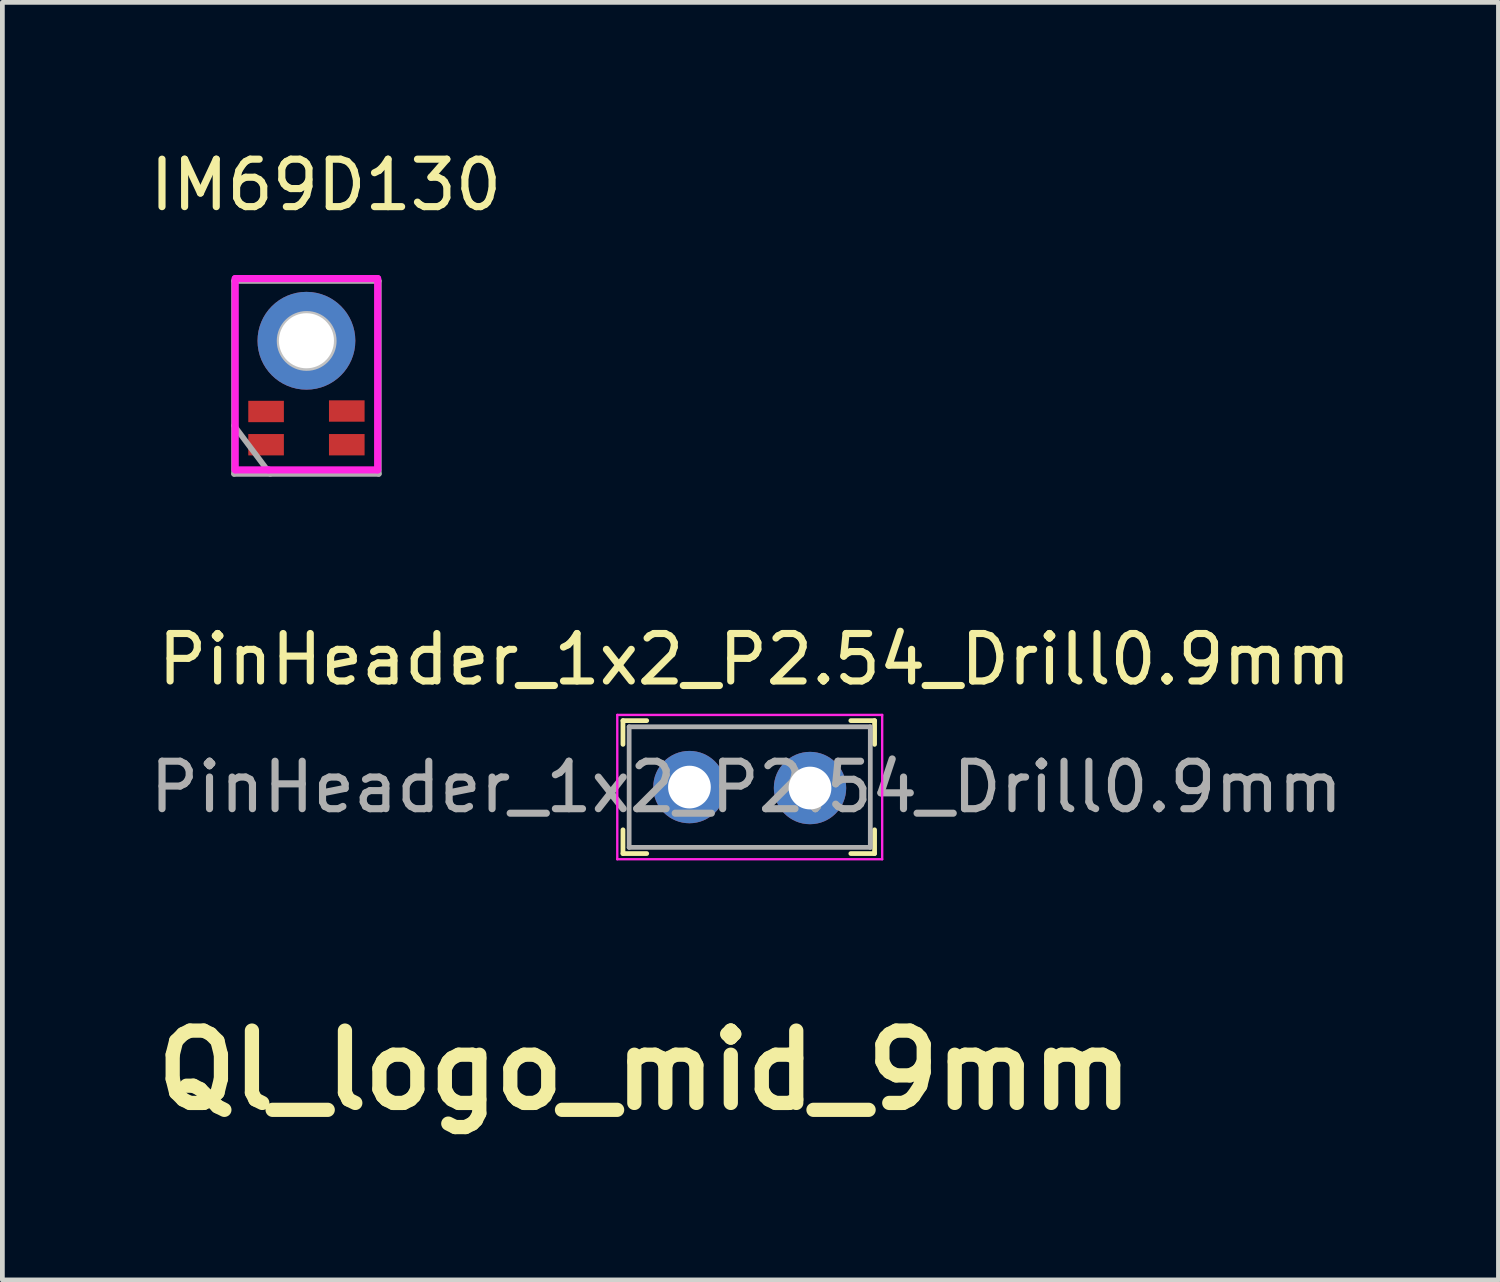
<source format=kicad_pcb>
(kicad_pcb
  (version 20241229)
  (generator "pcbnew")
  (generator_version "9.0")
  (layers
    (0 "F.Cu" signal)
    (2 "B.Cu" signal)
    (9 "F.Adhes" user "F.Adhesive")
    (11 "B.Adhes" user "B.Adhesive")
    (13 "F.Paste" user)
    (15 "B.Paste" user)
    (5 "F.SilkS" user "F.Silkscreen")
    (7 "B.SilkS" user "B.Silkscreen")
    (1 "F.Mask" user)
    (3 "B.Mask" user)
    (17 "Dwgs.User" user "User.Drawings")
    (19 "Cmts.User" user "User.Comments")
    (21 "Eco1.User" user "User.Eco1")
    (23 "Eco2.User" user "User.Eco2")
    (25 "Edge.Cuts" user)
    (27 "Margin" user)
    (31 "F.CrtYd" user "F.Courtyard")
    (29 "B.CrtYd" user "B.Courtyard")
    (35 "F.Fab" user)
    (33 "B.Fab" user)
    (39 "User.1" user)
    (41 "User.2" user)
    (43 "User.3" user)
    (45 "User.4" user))
  (footprint "IM69D130"
    (layer "F.Cu")
    (at 3.405 4.138)
    (property "Reference" "IM69D130" (at 0.41 -3.29 0) (layer "F.SilkS") (effects (font (size 1 1) (thickness 0.15))))
    (attr through_hole)
    (fp_circle (center 0.005 -0.006) (end 0.005 -0.586) (stroke (width 0.1) (type solid)) (fill no) (layer "Dwgs.User"))
    (fp_circle (center 0.005 -0.006) (end 0.005 -0.406) (stroke (width 0.1) (type solid)) (fill no) (layer "Dwgs.User"))
    (fp_line (start -1.5 -1.32) (end 0.01 -1.32) (stroke (width 0.15) (type solid)) (layer "F.CrtYd"))
    (fp_line (start -1.5 2.71) (end -1.5 -1.32) (stroke (width 0.15) (type solid)) (layer "F.CrtYd"))
    (fp_line (start -0.8 2.71) (end -1.5 2.71) (stroke (width 0.15) (type solid)) (layer "F.CrtYd"))
    (fp_line (start -0.8 2.71) (end 1.5 2.71) (stroke (width 0.15) (type solid)) (layer "F.CrtYd"))
    (fp_line (start 0 -1.32) (end 1.5 -1.32) (stroke (width 0.15) (type solid)) (layer "F.CrtYd"))
    (fp_line (start 1.5 -1.32) (end 1.5 2.71) (stroke (width 0.15) (type solid)) (layer "F.CrtYd"))
    (fp_line (start -1.524 -1.27) (end 1.524 -1.27) (stroke (width 0.12) (type solid)) (layer "F.Fab"))
    (fp_line (start -1.524 2.794) (end -1.524 -1.27) (stroke (width 0.12) (type solid)) (layer "F.Fab"))
    (fp_line (start -0.762 2.794) (end -1.524 1.778) (stroke (width 0.12) (type solid)) (layer "F.Fab"))
    (fp_line (start 1.524 -1.27) (end 1.524 2.794) (stroke (width 0.12) (type solid)) (layer "F.Fab"))
    (fp_line (start 1.524 2.794) (end -1.524 2.794) (stroke (width 0.12) (type solid)) (layer "F.Fab"))
    (pad "1" smd rect (at -0.85 2.18 90) (size 0.45 0.75) (layers "F.Cu" "F.Mask" "F.Paste"))
    (pad "2" smd rect (at -0.85 1.48 90) (size 0.45 0.75) (layers "F.Cu" "F.Mask" "F.Paste"))
    (pad "3" smd rect (at 0.85 2.18 90) (size 0.45 0.75) (layers "F.Cu" "F.Mask" "F.Paste"))
    (pad "4" smd rect (at 0.85 1.47 90) (size 0.45 0.75) (layers "F.Cu" "F.Mask" "F.Paste"))
    (pad "5" thru_hole circle (at 0 -0.01 90) (size 2.06 2.06) (drill 1.16) (layers "*.Mask" "F.Cu")))
  (footprint "Ql_logo_mid_9mm"
    (layer "F.Cu")
    (at 10.53 19.494)
    (property "Reference" "Ql_logo_mid_9mm" (at 0 0 0) (layer "F.SilkS") (effects (font (size 1.524 1.524) (thickness 0.3))))
    (attr through_hole)
    (fp_poly (pts (xy -0.572 -0.085) (xy -0.699 -0.085) (xy -0.699 -0.572) (xy -0.572 -0.572) (xy -0.572 -0.085)) (stroke (width 0.01) (type solid)) (fill yes) (layer "In1.Cu"))
    (fp_poly (pts (xy 3.111 -0.085) (xy 2.963 -0.085) (xy 2.963 -0.572) (xy 3.111 -0.572) (xy 3.111 -0.085)) (stroke (width 0.01) (type solid)) (fill yes) (layer "In1.Cu"))
    (fp_poly (pts (xy -0.585 -0.733) (xy -0.553 -0.704) (xy -0.552 -0.701) (xy -0.545 -0.655) (xy -0.568 -0.618) (xy -0.61 -0.597) (xy -0.658 -0.597) (xy -0.698 -0.623) (xy -0.719 -0.672) (xy -0.702 -0.713) (xy -0.652 -0.735) (xy -0.642 -0.737) (xy -0.585 -0.733)) (stroke (width 0.01) (type solid)) (fill yes) (layer "In1.Cu"))
    (fp_poly (pts (xy 3.103 -0.723) (xy 3.127 -0.699) (xy 3.129 -0.692) (xy 3.12 -0.64) (xy 3.084 -0.602) (xy 3.048 -0.593) (xy 3.003 -0.608) (xy 2.985 -0.623) (xy 2.963 -0.672) (xy 2.978 -0.71) (xy 3.027 -0.729) (xy 3.048 -0.73) (xy 3.103 -0.723)) (stroke (width 0.01) (type solid)) (fill yes) (layer "In1.Cu"))
    (fp_poly (pts (xy 0.953 -0.233) (xy 1.439 -0.233) (xy 1.439 -0.085) (xy 1.212 -0.087) (xy 1.11 -0.089) (xy 1.017 -0.095) (xy 0.946 -0.102) (xy 0.916 -0.108) (xy 0.862 -0.132) (xy 0.824 -0.172) (xy 0.801 -0.233) (xy 0.789 -0.322) (xy 0.787 -0.445) (xy 0.788 -0.482) (xy 0.794 -0.709) (xy 0.873 -0.716) (xy 0.953 -0.722) (xy 0.953 -0.233)) (stroke (width 0.01) (type solid)) (fill yes) (layer "In1.Cu"))
    (fp_poly (pts (xy 0.191 -0.445) (xy -0.339 -0.445) (xy -0.339 -0.233) (xy 0.191 -0.233) (xy 0.191 -0.085) (xy -0.069 -0.088) (xy -0.173 -0.089) (xy -0.266 -0.092) (xy -0.336 -0.096) (xy -0.373 -0.099) (xy -0.427 -0.119) (xy -0.462 -0.158) (xy -0.479 -0.223) (xy -0.483 -0.32) (xy -0.482 -0.352) (xy -0.476 -0.519) (xy -0.402 -0.556) (xy -0.359 -0.572) (xy -0.302 -0.584) (xy -0.225 -0.59) (xy -0.117 -0.592) (xy -0.069 -0.593) (xy 0.191 -0.593) (xy 0.191 -0.445)) (stroke (width 0.01) (type solid)) (fill yes) (layer "In1.Cu"))
    (fp_poly (pts (xy 3.873 -0.445) (xy 3.323 -0.445) (xy 3.323 -0.233) (xy 3.873 -0.233) (xy 3.873 -0.085) (xy 3.614 -0.088) (xy 3.509 -0.089) (xy 3.417 -0.092) (xy 3.346 -0.096) (xy 3.308 -0.1) (xy 3.243 -0.132) (xy 3.198 -0.199) (xy 3.177 -0.297) (xy 3.175 -0.34) (xy 3.179 -0.42) (xy 3.194 -0.475) (xy 3.224 -0.521) (xy 3.226 -0.523) (xy 3.247 -0.546) (xy 3.269 -0.563) (xy 3.299 -0.574) (xy 3.345 -0.58) (xy 3.415 -0.585) (xy 3.515 -0.588) (xy 3.575 -0.589) (xy 3.873 -0.596) (xy 3.873 -0.445)) (stroke (width 0.01) (type solid)) (fill yes) (layer "In1.Cu"))
    (fp_poly (pts (xy -1.312 -0.233) (xy -0.931 -0.233) (xy -0.931 -0.593) (xy -0.783 -0.593) (xy -0.783 -0.381) (xy -0.784 -0.285) (xy -0.787 -0.222) (xy -0.794 -0.182) (xy -0.808 -0.158) (xy -0.831 -0.139) (xy -0.84 -0.133) (xy -0.885 -0.112) (xy -0.95 -0.099) (xy -1.045 -0.093) (xy -1.089 -0.091) (xy -1.18 -0.091) (xy -1.258 -0.093) (xy -1.311 -0.097) (xy -1.323 -0.099) (xy -1.369 -0.121) (xy -1.413 -0.154) (xy -1.436 -0.179) (xy -1.45 -0.21) (xy -1.457 -0.256) (xy -1.46 -0.328) (xy -1.46 -0.395) (xy -1.46 -0.593) (xy -1.312 -0.593) (xy -1.312 -0.233)) (stroke (width 0.01) (type solid)) (fill yes) (layer "In1.Cu"))
    (fp_poly (pts (xy 0.402 -0.436) (xy 0.493 -0.525) (xy 0.553 -0.578) (xy 0.602 -0.605) (xy 0.654 -0.614) (xy 0.662 -0.614) (xy 0.713 -0.609) (xy 0.74 -0.598) (xy 0.741 -0.594) (xy 0.726 -0.572) (xy 0.687 -0.53) (xy 0.631 -0.477) (xy 0.62 -0.467) (xy 0.499 -0.359) (xy 0.62 -0.237) (xy 0.676 -0.179) (xy 0.718 -0.131) (xy 0.74 -0.103) (xy 0.741 -0.1) (xy 0.722 -0.091) (xy 0.674 -0.085) (xy 0.647 -0.085) (xy 0.589 -0.088) (xy 0.548 -0.105) (xy 0.506 -0.143) (xy 0.478 -0.175) (xy 0.403 -0.265) (xy 0.403 -0.175) (xy 0.4 -0.118) (xy 0.388 -0.092) (xy 0.356 -0.085) (xy 0.328 -0.085) (xy 0.254 -0.085) (xy 0.254 -0.72) (xy 0.402 -0.72) (xy 0.402 -0.436)) (stroke (width 0.01) (type solid)) (fill yes) (layer "In1.Cu"))
    (fp_poly (pts (xy 2.017 -0.581) (xy 2.088 -0.553) (xy 2.131 -0.505) (xy 2.153 -0.433) (xy 2.159 -0.348) (xy 2.155 -0.249) (xy 2.14 -0.183) (xy 2.111 -0.14) (xy 2.063 -0.113) (xy 2.05 -0.108) (xy 1.981 -0.094) (xy 1.887 -0.087) (xy 1.787 -0.088) (xy 1.695 -0.096) (xy 1.626 -0.111) (xy 1.619 -0.114) (xy 1.56 -0.146) (xy 1.525 -0.185) (xy 1.511 -0.233) (xy 1.649 -0.233) (xy 2.011 -0.233) (xy 2.011 -0.446) (xy 1.836 -0.44) (xy 1.662 -0.434) (xy 1.655 -0.333) (xy 1.649 -0.233) (xy 1.511 -0.233) (xy 1.508 -0.242) (xy 1.506 -0.328) (xy 1.507 -0.35) (xy 1.512 -0.429) (xy 1.523 -0.478) (xy 1.542 -0.511) (xy 1.572 -0.537) (xy 1.628 -0.566) (xy 1.708 -0.583) (xy 1.779 -0.589) (xy 1.916 -0.592) (xy 2.017 -0.581)) (stroke (width 0.01) (type solid)) (fill yes) (layer "In1.Cu"))
    (fp_poly (pts (xy -1.775 -0.707) (xy -1.702 -0.703) (xy -1.653 -0.694) (xy -1.617 -0.68) (xy -1.593 -0.664) (xy -1.566 -0.641) (xy -1.549 -0.617) (xy -1.538 -0.58) (xy -1.533 -0.521) (xy -1.529 -0.432) (xy -1.528 -0.413) (xy -1.527 -0.31) (xy -1.53 -0.24) (xy -1.54 -0.197) (xy -1.555 -0.17) (xy -1.574 -0.143) (xy -1.566 -0.118) (xy -1.535 -0.085) (xy -1.493 -0.04) (xy -1.488 -0.014) (xy -1.521 -0.002) (xy -1.574 0) (xy -1.654 -0.01) (xy -1.702 -0.04) (xy -1.729 -0.06) (xy -1.771 -0.074) (xy -1.839 -0.083) (xy -1.932 -0.089) (xy -2.064 -0.1) (xy -2.158 -0.119) (xy -2.222 -0.153) (xy -2.261 -0.206) (xy -2.267 -0.231) (xy -2.118 -0.231) (xy -1.901 -0.237) (xy -1.683 -0.243) (xy -1.677 -0.396) (xy -1.675 -0.471) (xy -1.68 -0.521) (xy -1.701 -0.552) (xy -1.742 -0.567) (xy -1.812 -0.571) (xy -1.915 -0.568) (xy -1.937 -0.567) (xy -2.106 -0.561) (xy -2.118 -0.231) (xy -2.267 -0.231) (xy -2.28 -0.283) (xy -2.286 -0.39) (xy -2.286 -0.402) (xy -2.282 -0.509) (xy -2.265 -0.588) (xy -2.23 -0.643) (xy -2.172 -0.678) (xy -2.086 -0.698) (xy -1.967 -0.707) (xy -1.879 -0.708) (xy -1.775 -0.707)) (stroke (width 0.01) (type solid)) (fill yes) (layer "In1.Cu"))
    (fp_poly (pts (xy 2.628 -0.587) (xy 2.739 -0.573) (xy 2.813 -0.547) (xy 2.833 -0.535) (xy 2.858 -0.515) (xy 2.874 -0.491) (xy 2.884 -0.457) (xy 2.89 -0.402) (xy 2.894 -0.318) (xy 2.895 -0.259) (xy 2.897 -0.156) (xy 2.896 -0.085) (xy 2.891 -0.038) (xy 2.879 -0.005) (xy 2.86 0.023) (xy 2.85 0.034) (xy 2.816 0.067) (xy 2.777 0.086) (xy 2.718 0.097) (xy 2.659 0.102) (xy 2.519 0.111) (xy 2.519 0.046) (xy 2.521 0.008) (xy 2.535 -0.012) (xy 2.572 -0.021) (xy 2.628 -0.025) (xy 2.696 -0.034) (xy 2.738 -0.049) (xy 2.746 -0.058) (xy 2.739 -0.073) (xy 2.7 -0.082) (xy 2.625 -0.085) (xy 2.615 -0.085) (xy 2.482 -0.092) (xy 2.373 -0.112) (xy 2.293 -0.143) (xy 2.254 -0.177) (xy 2.234 -0.229) (xy 2.224 -0.304) (xy 2.371 -0.304) (xy 2.38 -0.266) (xy 2.408 -0.245) (xy 2.463 -0.235) (xy 2.551 -0.233) (xy 2.572 -0.233) (xy 2.754 -0.233) (xy 2.748 -0.333) (xy 2.741 -0.434) (xy 2.381 -0.434) (xy 2.374 -0.363) (xy 2.371 -0.304) (xy 2.224 -0.304) (xy 2.224 -0.308) (xy 2.223 -0.344) (xy 2.233 -0.441) (xy 2.266 -0.511) (xy 2.326 -0.559) (xy 2.415 -0.585) (xy 2.539 -0.592) (xy 2.628 -0.587)) (stroke (width 0.01) (type solid)) (fill yes) (layer "In1.Cu"))
    (fp_poly (pts (xy -2.456 -0.66) (xy -2.455 -0.659) (xy -2.475 -0.649) (xy -2.527 -0.637) (xy -2.603 -0.624) (xy -2.651 -0.617) (xy -2.883 -0.582) (xy -3.09 -0.542) (xy -3.271 -0.498) (xy -3.423 -0.45) (xy -3.543 -0.401) (xy -3.627 -0.35) (xy -3.674 -0.299) (xy -3.683 -0.265) (xy -3.681 -0.236) (xy -3.667 -0.226) (xy -3.631 -0.232) (xy -3.589 -0.244) (xy -3.524 -0.261) (xy -3.434 -0.279) (xy -3.324 -0.299) (xy -3.201 -0.32) (xy -3.071 -0.34) (xy -2.94 -0.359) (xy -2.814 -0.376) (xy -2.698 -0.391) (xy -2.6 -0.401) (xy -2.526 -0.407) (xy -2.48 -0.407) (xy -2.471 -0.401) (xy -2.471 -0.401) (xy -2.498 -0.392) (xy -2.556 -0.38) (xy -2.637 -0.367) (xy -2.686 -0.36) (xy -2.818 -0.34) (xy -2.956 -0.315) (xy -3.093 -0.286) (xy -3.223 -0.255) (xy -3.34 -0.224) (xy -3.439 -0.194) (xy -3.514 -0.166) (xy -3.558 -0.143) (xy -3.566 -0.127) (xy -3.542 -0.11) (xy -3.491 -0.088) (xy -3.46 -0.077) (xy -3.421 -0.065) (xy -3.383 -0.058) (xy -3.338 -0.056) (xy -3.278 -0.06) (xy -3.196 -0.07) (xy -3.083 -0.085) (xy -3.021 -0.094) (xy -2.85 -0.119) (xy -2.717 -0.137) (xy -2.617 -0.151) (xy -2.545 -0.159) (xy -2.498 -0.162) (xy -2.47 -0.161) (xy -2.457 -0.157) (xy -2.455 -0.152) (xy -2.475 -0.14) (xy -2.525 -0.128) (xy -2.588 -0.119) (xy -2.68 -0.108) (xy -2.782 -0.093) (xy -2.887 -0.075) (xy -2.987 -0.056) (xy -3.075 -0.037) (xy -3.144 -0.02) (xy -3.185 -0.007) (xy -3.192 0.002) (xy -3.152 0.015) (xy -3.076 0.031) (xy -2.972 0.05) (xy -2.846 0.071) (xy -2.704 0.092) (xy -2.553 0.113) (xy -2.399 0.132) (xy -2.253 0.148) (xy -2.088 0.163) (xy -1.89 0.178) (xy -1.667 0.193) (xy -1.427 0.206) (xy -1.179 0.218) (xy -0.931 0.228) (xy -0.692 0.236) (xy -0.54 0.24) (xy -0.496 0.241) (xy -0.493 0.243) (xy -0.526 0.244) (xy -0.593 0.246) (xy -0.692 0.247) (xy -0.82 0.249) (xy -0.901 0.249) (xy -1.424 0.247) (xy -1.918 0.23) (xy -2.379 0.2) (xy -2.806 0.157) (xy -3.175 0.104) (xy -3.288 0.086) (xy -3.367 0.075) (xy -3.423 0.072) (xy -3.464 0.075) (xy -3.498 0.084) (xy -3.515 0.091) (xy -3.588 0.122) (xy -3.503 0.159) (xy -3.354 0.213) (xy -3.165 0.263) (xy -2.939 0.309) (xy -2.676 0.35) (xy -2.379 0.387) (xy -2.051 0.419) (xy -1.693 0.447) (xy -1.307 0.468) (xy -0.896 0.485) (xy -0.55 0.494) (xy -0.505 0.495) (xy -0.498 0.497) (xy -0.53 0.498) (xy -0.595 0.5) (xy -0.692 0.501) (xy -0.819 0.503) (xy -0.903 0.503) (xy -1.339 0.501) (xy -1.763 0.489) (xy -2.171 0.467) (xy -2.556 0.436) (xy -2.913 0.395) (xy -3.236 0.346) (xy -3.387 0.318) (xy -3.491 0.297) (xy -3.58 0.282) (xy -3.646 0.272) (xy -3.68 0.269) (xy -3.683 0.27) (xy -3.675 0.288) (xy -3.643 0.321) (xy -3.625 0.337) (xy -3.534 0.394) (xy -3.403 0.448) (xy -3.233 0.498) (xy -3.026 0.544) (xy -2.785 0.587) (xy -2.509 0.625) (xy -2.203 0.659) (xy -1.866 0.688) (xy -1.502 0.712) (xy -1.112 0.731) (xy -0.697 0.744) (xy -0.55 0.748) (xy -0.508 0.749) (xy -0.505 0.75) (xy -0.539 0.751) (xy -0.607 0.752) (xy -0.707 0.753) (xy -0.835 0.753) (xy -0.974 0.754) (xy -1.146 0.754) (xy -1.308 0.753) (xy -1.456 0.753) (xy -1.583 0.752) (xy -1.682 0.75) (xy -1.748 0.749) (xy -1.767 0.748) (xy -2.171 0.721) (xy -2.534 0.69) (xy -2.857 0.655) (xy -3.14 0.617) (xy -3.386 0.574) (xy -3.594 0.527) (xy -3.767 0.475) (xy -3.805 0.462) (xy -3.915 0.411) (xy -3.992 0.354) (xy -4.034 0.295) (xy -4.038 0.236) (xy -4.002 0.181) (xy -4 0.18) (xy -3.958 0.141) (xy -4 0.096) (xy -4.037 0.033) (xy -4.037 0.021) (xy -3.683 0.021) (xy -3.667 0.032) (xy -3.651 0.029) (xy -3.623 0.014) (xy -3.619 0.008) (xy -3.637 0.001) (xy -3.651 0) (xy -3.679 0.011) (xy -3.683 0.021) (xy -4.037 0.021) (xy -4.034 -0.029) (xy -4 -0.074) (xy -3.958 -0.113) (xy -4.002 -0.16) (xy -4.038 -0.22) (xy -4.031 -0.278) (xy -3.983 -0.335) (xy -3.892 -0.39) (xy -3.759 -0.443) (xy -3.723 -0.455) (xy -3.504 -0.514) (xy -3.251 -0.567) (xy -2.969 -0.611) (xy -2.868 -0.624) (xy -2.758 -0.637) (xy -2.657 -0.649) (xy -2.577 -0.659) (xy -2.527 -0.665) (xy -2.524 -0.666) (xy -2.478 -0.668) (xy -2.456 -0.66)) (stroke (width 0.01) (type solid)) (fill yes) (layer "In1.Cu")))
  (footprint "PinHeader_1x2_P2.54_Drill0.9mm"
    (layer "F.Cu")
    (at 11.473 13.53)
    (property "Reference" "PinHeader_1x2_P2.54_Drill0.9mm" (at 1.37 -2.69 0) (layer "F.SilkS") (effects (font (size 1 1) (thickness 0.15))))
    (attr through_hole)
    (fp_line (start -1.4 -1.4) (end -1.4 -0.9) (stroke (width 0.1) (type solid)) (layer "F.SilkS"))
    (fp_line (start -1.4 -1.4) (end -0.9 -1.4) (stroke (width 0.1) (type solid)) (layer "F.SilkS"))
    (fp_line (start -1.4 1.4) (end -1.4 0.9) (stroke (width 0.1) (type solid)) (layer "F.SilkS"))
    (fp_line (start -1.4 1.4) (end -0.9 1.4) (stroke (width 0.1) (type solid)) (layer "F.SilkS"))
    (fp_line (start 3.9 -1.4) (end 3.4 -1.4) (stroke (width 0.1) (type solid)) (layer "F.SilkS"))
    (fp_line (start 3.9 -1.4) (end 3.9 -0.9) (stroke (width 0.1) (type solid)) (layer "F.SilkS"))
    (fp_line (start 3.9 1.4) (end 3.4 1.4) (stroke (width 0.1) (type solid)) (layer "F.SilkS"))
    (fp_line (start 3.9 1.4) (end 3.9 0.9) (stroke (width 0.1) (type solid)) (layer "F.SilkS"))
    (fp_line (start -1.52 -1.52) (end -1.52 1.52) (stroke (width 0.05) (type solid)) (layer "F.CrtYd"))
    (fp_line (start 4.06 -1.52) (end -1.52 -1.52) (stroke (width 0.05) (type solid)) (layer "F.CrtYd"))
    (fp_line (start 4.06 -1.52) (end 4.06 1.52) (stroke (width 0.05) (type solid)) (layer "F.CrtYd"))
    (fp_line (start 4.06 1.52) (end -1.52 1.52) (stroke (width 0.05) (type solid)) (layer "F.CrtYd"))
    (fp_line (start -1.27 -1.27) (end 3.81 -1.27) (stroke (width 0.1) (type solid)) (layer "F.Fab"))
    (fp_line (start -1.27 1.27) (end -1.27 -1.27) (stroke (width 0.1) (type solid)) (layer "F.Fab"))
    (fp_line (start -1.27 1.27) (end 3.81 1.27) (stroke (width 0.1) (type solid)) (layer "F.Fab"))
    (fp_line (start 3.81 1.27) (end 3.81 -1.27) (stroke (width 0.1) (type solid)) (layer "F.Fab"))
    (fp_text user "${REFERENCE}" (at 1.2 0 0) (layer "F.Fab") (effects (font (size 1 1) (thickness 0.15))))
    (pad "1" thru_hole circle (at 0 0) (size 1.524 1.524) (drill 0.9) (layers "*.Cu" "*.Mask"))
    (pad "2" thru_hole circle (at 2.54 0.02) (size 1.524 1.524) (drill 0.9) (layers "*.Cu" "*.Mask")))
  (gr_rect
    (start -3 -3)
    (end 28.515 23.912)
    (stroke (width 0.1) (type default))
    (fill no)
    (layer "Edge.Cuts")))
</source>
